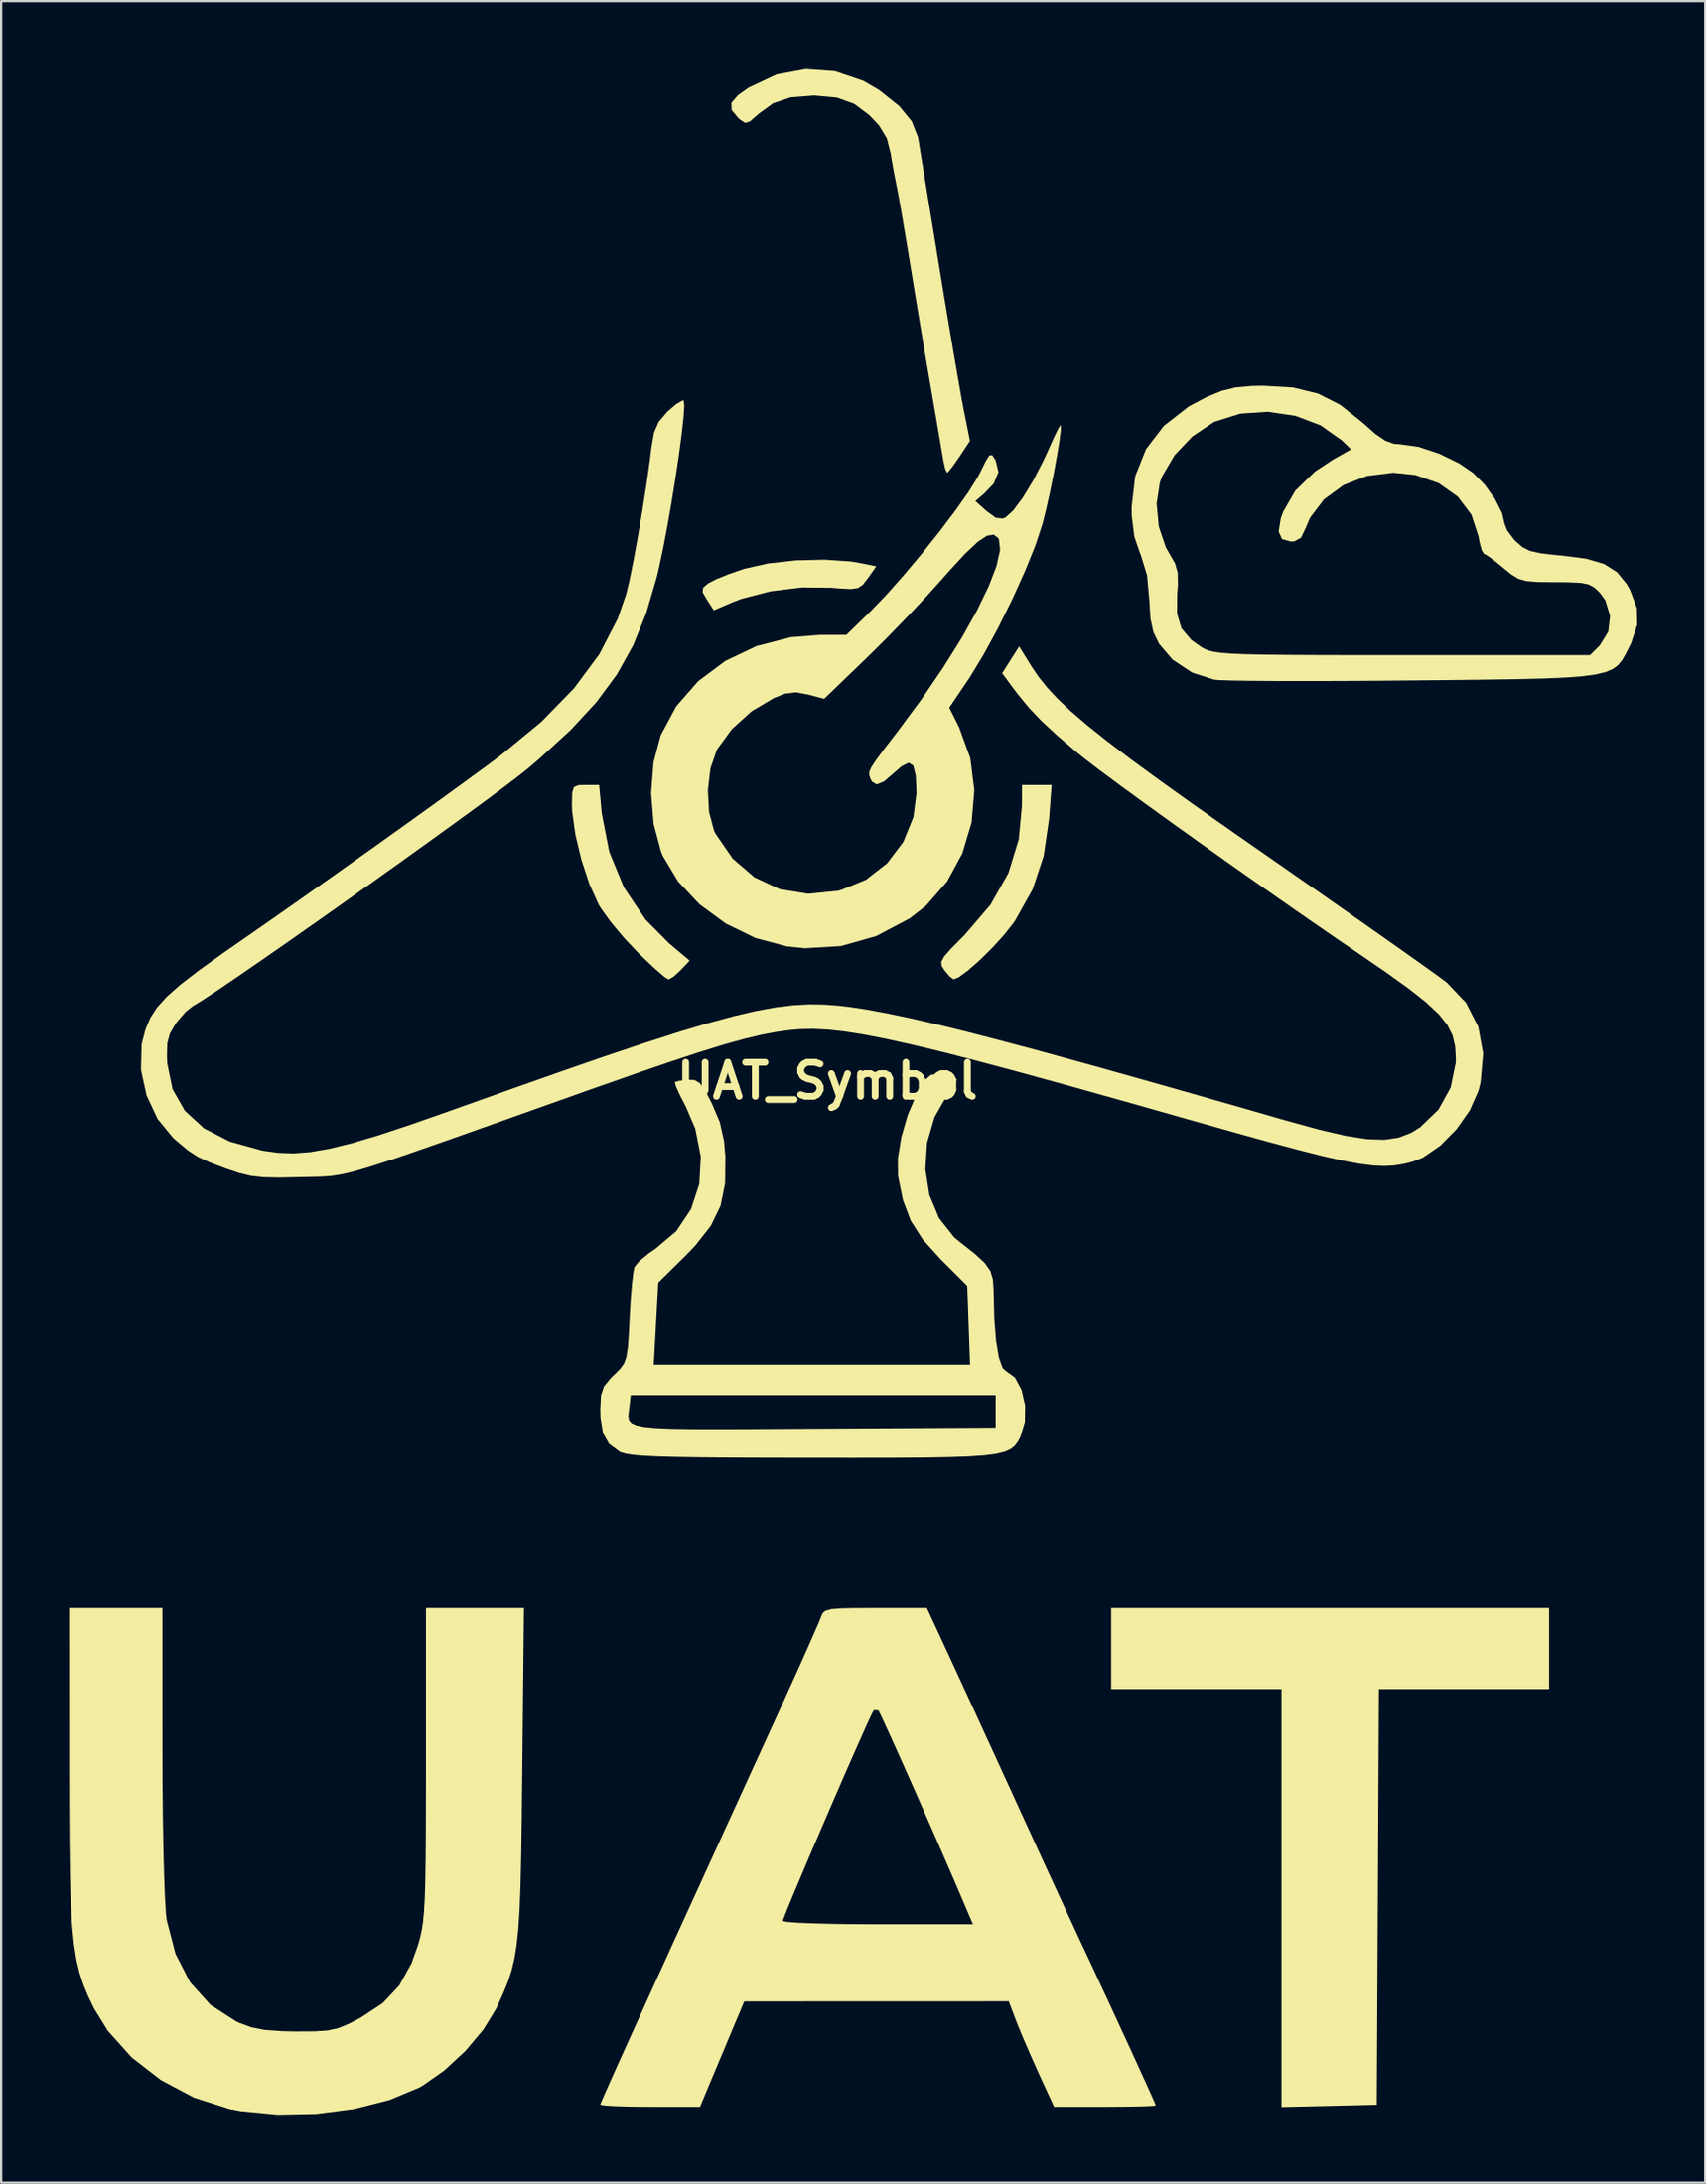
<source format=kicad_pcb>
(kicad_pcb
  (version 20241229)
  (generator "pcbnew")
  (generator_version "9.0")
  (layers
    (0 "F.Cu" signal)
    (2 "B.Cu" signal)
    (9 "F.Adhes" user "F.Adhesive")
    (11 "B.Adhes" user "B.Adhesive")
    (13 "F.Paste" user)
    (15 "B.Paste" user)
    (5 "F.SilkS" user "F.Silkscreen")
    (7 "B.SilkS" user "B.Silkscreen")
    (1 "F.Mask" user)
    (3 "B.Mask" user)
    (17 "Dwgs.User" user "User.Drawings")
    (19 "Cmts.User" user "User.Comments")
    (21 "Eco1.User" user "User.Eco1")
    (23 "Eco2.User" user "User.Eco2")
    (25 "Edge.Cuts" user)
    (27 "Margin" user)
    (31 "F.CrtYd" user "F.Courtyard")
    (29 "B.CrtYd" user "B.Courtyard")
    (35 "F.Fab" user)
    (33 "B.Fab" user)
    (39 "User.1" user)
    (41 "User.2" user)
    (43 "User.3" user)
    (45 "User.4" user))
  (footprint "UAT_Symbol"
    (layer "F.Cu")
    (at 33.449 44.634)
    (property "Reference" "UAT_Symbol" (at 0 0 0) (layer "F.SilkS") (effects (font (size 1.5 1.5) (thickness 0.3))))
    (attr board_only exclude_from_pos_files exclude_from_bom)
    (fp_poly (pts (xy 31.839 25.042) (xy 31.839 26.831) (xy 28.085 26.831) (xy 24.33 26.831) (xy 24.284 35.998) (xy 24.237 45.165) (xy 22.136 45.216) (xy 20.034 45.266) (xy 20.034 36.049) (xy 20.034 26.831) (xy 16.277 26.831) (xy 12.521 26.831) (xy 12.521 25.042) (xy 12.521 23.254) (xy 22.18 23.254) (xy 31.839 23.254)) (stroke (width 0) (type solid)) (fill yes) (layer "F.SilkS"))
    (fp_poly (pts (xy 1.035 -22.914) (xy 1.481 -22.84) (xy 2.158 -22.699) (xy 1.782 -22.171) (xy 1.567 -21.894) (xy 1.353 -21.745) (xy 1.035 -21.699) (xy 0.511 -21.727) (xy 0.194 -21.756) (xy -1.127 -21.77) (xy -2.509 -21.599) (xy -3.785 -21.268) (xy -4.199 -21.109) (xy -5.009 -20.762) (xy -5.312 -21.225) (xy -5.505 -21.561) (xy -5.48 -21.759) (xy -5.267 -21.942) (xy -4.926 -22.121) (xy -4.361 -22.351) (xy -3.692 -22.583) (xy -3.667 -22.591) (xy -2.629 -22.825) (xy -1.398 -22.962) (xy -0.126 -22.994)) (stroke (width 0) (type solid)) (fill yes) (layer "F.SilkS"))
    (fp_poly (pts (xy 9.784 -11.582) (xy 9.542 -9.92) (xy 9.055 -8.453) (xy 8.291 -7.088) (xy 8.202 -6.959) (xy 7.79 -6.436) (xy 7.276 -5.872) (xy 6.726 -5.33) (xy 6.209 -4.874) (xy 5.794 -4.57) (xy 5.566 -4.479) (xy 5.39 -4.612) (xy 5.166 -4.878) (xy 5.043 -5.073) (xy 5.026 -5.256) (xy 5.154 -5.491) (xy 5.46 -5.84) (xy 5.983 -6.368) (xy 6.06 -6.444) (xy 7.195 -7.771) (xy 7.987 -9.17) (xy 8.445 -10.663) (xy 8.582 -12.119) (xy 8.586 -13.058) (xy 9.239 -13.058) (xy 9.891 -13.058)) (stroke (width 0) (type solid)) (fill yes) (layer "F.SilkS"))
    (fp_poly (pts (xy -9.952 -11.804) (xy -9.621 -10.106) (xy -8.971 -8.529) (xy -8.024 -7.12) (xy -6.985 -6.072) (xy -6.076 -5.306) (xy -6.468 -4.889) (xy -6.783 -4.598) (xy -7.004 -4.472) (xy -7.008 -4.472) (xy -7.192 -4.59) (xy -7.563 -4.908) (xy -8.059 -5.371) (xy -8.375 -5.679) (xy -8.984 -6.327) (xy -9.552 -7.008) (xy -9.984 -7.607) (xy -10.089 -7.781) (xy -10.494 -8.674) (xy -10.85 -9.754) (xy -11.118 -10.873) (xy -11.258 -11.883) (xy -11.269 -12.192) (xy -11.258 -12.71) (xy -11.181 -12.965) (xy -10.973 -13.049) (xy -10.669 -13.058) (xy -10.068 -13.058)) (stroke (width 0) (type solid)) (fill yes) (layer "F.SilkS"))
    (fp_poly (pts (xy 0.344 -44.538) (xy 1.599 -44.11) (xy 2.287 -43.706) (xy 3.165 -43.009) (xy 3.724 -42.33) (xy 3.998 -41.627) (xy 4.008 -41.571) (xy 4.059 -41.263) (xy 4.159 -40.652) (xy 4.3 -39.79) (xy 4.474 -38.727) (xy 4.673 -37.513) (xy 4.887 -36.201) (xy 4.913 -36.043) (xy 5.14 -34.663) (xy 5.363 -33.325) (xy 5.573 -32.09) (xy 5.758 -31.021) (xy 5.907 -30.181) (xy 6.01 -29.634) (xy 6.29 -28.234) (xy 5.825 -27.533) (xy 5.537 -27.12) (xy 5.332 -26.868) (xy 5.282 -26.831) (xy 5.203 -26.986) (xy 5.116 -27.365) (xy 5.108 -27.412) (xy 5.044 -27.792) (xy 4.933 -28.445) (xy 4.787 -29.293) (xy 4.621 -30.255) (xy 4.548 -30.677) (xy 4.334 -31.931) (xy 4.093 -33.361) (xy 3.856 -34.79) (xy 3.651 -36.043) (xy 3.485 -37.055) (xy 3.323 -38.009) (xy 3.181 -38.818) (xy 3.074 -39.393) (xy 3.045 -39.531) (xy 2.919 -40.167) (xy 2.817 -40.76) (xy 2.798 -40.893) (xy 2.628 -41.573) (xy 2.277 -42.152) (xy 1.849 -42.605) (xy 1.183 -43.102) (xy 0.425 -43.376) (xy -0.54 -43.466) (xy -0.626 -43.466) (xy -1.618 -43.388) (xy -2.391 -43.127) (xy -3.054 -42.646) (xy -3.082 -42.619) (xy -3.414 -42.326) (xy -3.625 -42.262) (xy -3.851 -42.407) (xy -3.932 -42.48) (xy -4.222 -42.828) (xy -4.233 -43.144) (xy -3.943 -43.483) (xy -3.466 -43.82) (xy -2.243 -44.394) (xy -0.955 -44.634)) (stroke (width 0) (type solid)) (fill yes) (layer "F.SilkS"))
    (fp_poly (pts (xy -29.334 29.559) (xy -29.328 31.107) (xy -29.313 32.581) (xy -29.289 33.929) (xy -29.257 35.103) (xy -29.22 36.052) (xy -29.178 36.728) (xy -29.146 37.011) (xy -28.756 38.511) (xy -28.114 39.759) (xy -27.221 40.753) (xy -26.078 41.492) (xy -25.955 41.549) (xy -25.422 41.747) (xy -24.819 41.866) (xy -24.036 41.922) (xy -23.432 41.933) (xy -22.615 41.929) (xy -22.037 41.89) (xy -21.579 41.789) (xy -21.123 41.602) (xy -20.588 41.324) (xy -19.611 40.679) (xy -18.886 39.906) (xy -18.344 38.921) (xy -18.064 38.141) (xy -17.973 37.823) (xy -17.898 37.495) (xy -17.839 37.116) (xy -17.794 36.649) (xy -17.76 36.052) (xy -17.737 35.287) (xy -17.722 34.315) (xy -17.713 33.096) (xy -17.709 31.59) (xy -17.708 30.121) (xy -17.708 23.254) (xy -15.547 23.254) (xy -13.385 23.254) (xy -13.46 30.543) (xy -13.481 32.468) (xy -13.504 34.075) (xy -13.534 35.403) (xy -13.575 36.493) (xy -13.631 37.384) (xy -13.707 38.115) (xy -13.806 38.726) (xy -13.934 39.257) (xy -14.095 39.747) (xy -14.294 40.236) (xy -14.534 40.764) (xy -14.612 40.931) (xy -15.178 41.855) (xy -15.976 42.8) (xy -16.906 43.66) (xy -17.866 44.331) (xy -18.008 44.41) (xy -19.327 44.96) (xy -20.871 45.351) (xy -22.543 45.569) (xy -24.243 45.605) (xy -25.872 45.448) (xy -26.384 45.35) (xy -27.946 44.85) (xy -29.402 44.077) (xy -30.69 43.079) (xy -31.744 41.902) (xy -32.347 40.926) (xy -32.604 40.394) (xy -32.818 39.882) (xy -32.992 39.351) (xy -33.131 38.762) (xy -33.238 38.076) (xy -33.318 37.256) (xy -33.375 36.262) (xy -33.412 35.057) (xy -33.434 33.6) (xy -33.444 31.855) (xy -33.446 30.274) (xy -33.449 23.254) (xy -31.392 23.254) (xy -29.335 23.254)) (stroke (width 0) (type solid)) (fill yes) (layer "F.SilkS"))
    (fp_poly (pts (xy 5.446 25.534) (xy 5.821 26.348) (xy 6.311 27.41) (xy 6.878 28.644) (xy 7.488 29.973) (xy 8.106 31.321) (xy 8.507 32.197) (xy 9.087 33.463) (xy 9.662 34.716) (xy 10.203 35.889) (xy 10.678 36.918) (xy 11.058 37.738) (xy 11.269 38.189) (xy 11.728 39.17) (xy 12.216 40.218) (xy 12.709 41.281) (xy 13.184 42.311) (xy 13.619 43.257) (xy 13.989 44.068) (xy 14.272 44.695) (xy 14.445 45.086) (xy 14.489 45.196) (xy 14.321 45.218) (xy 13.863 45.237) (xy 13.183 45.249) (xy 12.348 45.255) (xy 12.245 45.255) (xy 10.001 45.255) (xy 9.324 43.779) (xy 8.971 42.994) (xy 8.635 42.215) (xy 8.374 41.584) (xy 8.324 41.454) (xy 8.001 40.604) (xy 2.167 40.606) (xy -3.667 40.608) (xy -4.643 42.931) (xy -5.618 45.255) (xy -7.818 45.255) (xy -8.657 45.248) (xy -9.349 45.228) (xy -9.825 45.198) (xy -10.016 45.162) (xy -10.017 45.159) (xy -9.97 45.034) (xy -9.825 44.699) (xy -9.578 44.143) (xy -9.224 43.354) (xy -8.758 42.323) (xy -8.174 41.037) (xy -7.469 39.488) (xy -6.637 37.663) (xy -6.361 37.058) (xy -1.968 37.058) (xy -1.797 37.1) (xy -1.318 37.137) (xy -0.58 37.167) (xy 0.367 37.19) (xy 1.474 37.203) (xy 2.228 37.206) (xy 6.423 37.206) (xy 5.907 35.998) (xy 5.486 35.019) (xy 5.019 33.945) (xy 4.528 32.823) (xy 4.034 31.704) (xy 3.561 30.636) (xy 3.128 29.668) (xy 2.758 28.849) (xy 2.474 28.228) (xy 2.295 27.854) (xy 2.246 27.766) (xy 2.053 27.76) (xy 2.044 27.769) (xy 1.944 27.958) (xy 1.729 28.424) (xy 1.419 29.116) (xy 1.036 29.982) (xy 0.604 30.969) (xy 0.145 32.027) (xy -0.319 33.104) (xy -0.767 34.147) (xy -1.174 35.106) (xy -1.519 35.927) (xy -1.78 36.561) (xy -1.935 36.954) (xy -1.968 37.058) (xy -6.361 37.058) (xy -5.673 35.553) (xy -4.573 33.146) (xy -3.331 30.431) (xy -2.454 28.515) (xy -1.91 27.321) (xy -1.41 26.218) (xy -0.977 25.253) (xy -0.63 24.471) (xy -0.391 23.92) (xy -0.279 23.646) (xy -0.278 23.64) (xy -0.209 23.481) (xy -0.081 23.372) (xy 0.168 23.305) (xy 0.597 23.27) (xy 1.269 23.256) (xy 2.117 23.254) (xy 4.389 23.254)) (stroke (width 0) (type solid)) (fill yes) (layer "F.SilkS"))
    (fp_poly (pts (xy 10.294 -28.937) (xy 10.3 -28.731) (xy 10.241 -28.255) (xy 10.132 -27.585) (xy 9.988 -26.801) (xy 9.822 -25.98) (xy 9.648 -25.2) (xy 9.494 -24.581) (xy 9.185 -23.642) (xy 8.725 -22.5) (xy 8.159 -21.249) (xy 7.532 -19.985) (xy 6.889 -18.802) (xy 6.277 -17.797) (xy 6.191 -17.668) (xy 5.377 -16.464) (xy 5.811 -15.6) (xy 6.305 -14.243) (xy 6.483 -12.824) (xy 6.363 -11.404) (xy 5.957 -10.043) (xy 5.283 -8.799) (xy 4.355 -7.733) (xy 3.637 -7.173) (xy 2.158 -6.392) (xy 0.601 -5.95) (xy -0.998 -5.853) (xy -1.789 -5.935) (xy -3.171 -6.305) (xy -4.475 -6.939) (xy -5.636 -7.788) (xy -6.587 -8.801) (xy -7.262 -9.928) (xy -7.338 -10.112) (xy -7.664 -11.338) (xy -7.775 -12.699) (xy -7.765 -12.828) (xy -5.271 -12.828) (xy -5.22 -11.865) (xy -5 -11.042) (xy -4.938 -10.911) (xy -4.176 -9.805) (xy -3.217 -8.981) (xy -2.098 -8.458) (xy -0.859 -8.254) (xy 0.46 -8.386) (xy 0.592 -8.418) (xy 1.703 -8.873) (xy 2.638 -9.601) (xy 3.352 -10.544) (xy 3.797 -11.642) (xy 3.931 -12.7) (xy 3.899 -13.471) (xy 3.79 -13.91) (xy 3.585 -14.037) (xy 3.262 -13.873) (xy 2.995 -13.637) (xy 2.505 -13.216) (xy 2.174 -13.078) (xy 1.961 -13.211) (xy 1.897 -13.342) (xy 1.848 -13.49) (xy 1.852 -13.637) (xy 1.939 -13.838) (xy 2.142 -14.149) (xy 2.493 -14.623) (xy 3.024 -15.316) (xy 3.144 -15.473) (xy 4.179 -16.871) (xy 5.111 -18.239) (xy 5.924 -19.542) (xy 6.599 -20.747) (xy 7.118 -21.819) (xy 7.465 -22.724) (xy 7.62 -23.427) (xy 7.567 -23.895) (xy 7.54 -23.943) (xy 7.335 -24.102) (xy 7.042 -24.053) (xy 6.632 -23.779) (xy 6.078 -23.258) (xy 5.352 -22.47) (xy 5.116 -22.201) (xy 4.368 -21.37) (xy 3.472 -20.416) (xy 2.542 -19.46) (xy 1.724 -18.652) (xy -0.142 -16.854) (xy -0.862 -17.046) (xy -1.395 -17.144) (xy -1.859 -17.085) (xy -2.356 -16.892) (xy -3.338 -16.308) (xy -4.21 -15.522) (xy -4.853 -14.642) (xy -4.881 -14.59) (xy -5.158 -13.785) (xy -5.271 -12.828) (xy -7.765 -12.828) (xy -7.669 -14.054) (xy -7.353 -15.248) (xy -6.666 -16.528) (xy -5.701 -17.631) (xy -4.505 -18.526) (xy -3.125 -19.183) (xy -1.607 -19.574) (xy -0.341 -19.674) (xy 0.838 -19.676) (xy 1.895 -20.707) (xy 2.579 -21.416) (xy 3.346 -22.279) (xy 4.146 -23.232) (xy 4.926 -24.209) (xy 5.635 -25.145) (xy 6.221 -25.975) (xy 6.632 -26.633) (xy 6.73 -26.819) (xy 6.991 -27.349) (xy 7.153 -27.598) (xy 7.27 -27.607) (xy 7.396 -27.418) (xy 7.428 -27.359) (xy 7.547 -26.857) (xy 7.342 -26.354) (xy 6.905 -25.9) (xy 6.529 -25.58) (xy 7.031 -25.132) (xy 7.431 -24.841) (xy 7.738 -24.807) (xy 7.859 -24.857) (xy 8.197 -25.163) (xy 8.62 -25.73) (xy 9.081 -26.488) (xy 9.534 -27.365) (xy 9.762 -27.864) (xy 10.009 -28.415) (xy 10.199 -28.8) (xy 10.293 -28.938)) (stroke (width 0) (type solid)) (fill yes) (layer "F.SilkS"))
    (fp_poly (pts (xy 5.067 -0.259) (xy 5.476 -0.159) (xy 5.693 -0.083) (xy 5.697 -0.08) (xy 5.64 0.082) (xy 5.421 0.422) (xy 5.313 0.57) (xy 4.724 1.602) (xy 4.396 2.738) (xy 4.324 3.905) (xy 4.502 5.033) (xy 4.925 6.05) (xy 5.587 6.887) (xy 5.824 7.088) (xy 6.503 7.621) (xy 6.942 8.026) (xy 7.192 8.382) (xy 7.305 8.765) (xy 7.335 9.254) (xy 7.335 9.338) (xy 7.364 10.513) (xy 7.445 11.489) (xy 7.569 12.221) (xy 7.732 12.668) (xy 7.857 12.785) (xy 8.273 13.089) (xy 8.569 13.635) (xy 8.724 14.32) (xy 8.714 15.043) (xy 8.517 15.701) (xy 8.51 15.715) (xy 8.394 15.925) (xy 8.261 16.101) (xy 8.08 16.245) (xy 7.819 16.36) (xy 7.449 16.45) (xy 6.936 16.517) (xy 6.251 16.566) (xy 5.361 16.598) (xy 4.236 16.617) (xy 2.845 16.627) (xy 1.155 16.629) (xy -0.679 16.628) (xy -2.632 16.625) (xy -4.257 16.618) (xy -5.587 16.606) (xy -6.653 16.59) (xy -7.485 16.566) (xy -8.114 16.535) (xy -8.571 16.496) (xy -8.888 16.447) (xy -9.095 16.388) (xy -9.163 16.356) (xy -9.629 16.011) (xy -9.897 15.541) (xy -10.007 14.857) (xy -10.009 14.806) (xy -8.78 14.806) (xy -8.748 14.968) (xy -8.64 15.096) (xy -8.426 15.194) (xy -8.075 15.266) (xy -7.559 15.315) (xy -6.847 15.345) (xy -5.909 15.359) (xy -4.715 15.362) (xy -3.236 15.356) (xy -1.442 15.345) (xy -0.586 15.34) (xy 7.423 15.294) (xy 7.423 14.578) (xy 7.423 13.863) (xy -0.626 13.863) (xy -8.675 13.863) (xy -8.733 14.37) (xy -8.765 14.608) (xy -8.78 14.806) (xy -10.009 14.806) (xy -10.017 14.477) (xy -9.987 13.883) (xy -9.855 13.483) (xy -9.556 13.116) (xy -9.415 12.98) (xy -9.151 12.72) (xy -8.975 12.48) (xy -8.865 12.18) (xy -8.798 11.74) (xy -8.753 11.078) (xy -8.723 10.454) (xy -8.675 9.628) (xy -8.615 8.915) (xy -8.553 8.404) (xy -8.507 8.202) (xy -8.291 7.941) (xy -7.876 7.6) (xy -7.59 7.406) (xy -6.664 6.624) (xy -6.014 5.652) (xy -5.65 4.542) (xy -5.584 3.343) (xy -5.826 2.108) (xy -6.242 1.14) (xy -6.515 0.609) (xy -6.69 0.216) (xy -6.729 0.051) (xy -6.521 -0.009) (xy -6.148 -0.053) (xy -5.855 -0.04) (xy -5.626 0.096) (xy -5.393 0.425) (xy -5.099 0.983) (xy -4.745 1.822) (xy -4.558 2.657) (xy -4.499 3.339) (xy -4.513 4.521) (xy -4.713 5.504) (xy -5.14 6.387) (xy -5.835 7.272) (xy -6.26 7.71) (xy -7.458 8.892) (xy -7.558 10.707) (xy -7.658 12.521) (xy -0.682 12.521) (xy 6.294 12.521) (xy 6.233 10.777) (xy 6.171 9.033) (xy 4.987 7.852) (xy 4.209 6.992) (xy 3.681 6.17) (xy 3.335 5.255) (xy 3.117 4.189) (xy 3.11 3.42) (xy 3.264 2.48) (xy 3.549 1.498) (xy 3.932 0.602) (xy 4.045 0.396) (xy 4.335 -0.063) (xy 4.567 -0.271) (xy 4.845 -0.298)) (stroke (width 0) (type solid)) (fill yes) (layer "F.SilkS"))
    (fp_poly (pts (xy 20.548 -30.591) (xy 21.646 -30.323) (xy 22.624 -29.826) (xy 23.584 -29.063) (xy 23.599 -29.05) (xy 24.181 -28.538) (xy 24.615 -28.241) (xy 24.989 -28.107) (xy 25.283 -28.083) (xy 26.083 -27.97) (xy 26.999 -27.667) (xy 27.886 -27.232) (xy 28.491 -26.817) (xy 29.003 -26.297) (xy 29.451 -25.67) (xy 29.764 -25.052) (xy 29.872 -24.588) (xy 29.991 -24.282) (xy 30.286 -23.889) (xy 30.37 -23.801) (xy 30.66 -23.549) (xy 30.984 -23.385) (xy 31.439 -23.278) (xy 32.123 -23.199) (xy 32.403 -23.174) (xy 33.473 -23.036) (xy 34.26 -22.805) (xy 34.833 -22.445) (xy 35.263 -21.921) (xy 35.41 -21.658) (xy 35.71 -20.863) (xy 35.727 -20.124) (xy 35.46 -19.318) (xy 35.372 -19.137) (xy 35.214 -18.824) (xy 35.062 -18.563) (xy 34.885 -18.347) (xy 34.651 -18.173) (xy 34.329 -18.035) (xy 33.887 -17.929) (xy 33.294 -17.849) (xy 32.518 -17.791) (xy 31.527 -17.75) (xy 30.29 -17.72) (xy 28.775 -17.698) (xy 26.95 -17.678) (xy 25.847 -17.667) (xy 24.157 -17.652) (xy 22.555 -17.643) (xy 21.082 -17.64) (xy 19.777 -17.642) (xy 18.681 -17.65) (xy 17.833 -17.663) (xy 17.275 -17.682) (xy 17.075 -17.698) (xy 16.091 -18.013) (xy 15.224 -18.59) (xy 14.635 -19.281) (xy 14.387 -19.791) (xy 14.253 -20.389) (xy 14.204 -21.195) (xy 14.102 -22.308) (xy 13.827 -23.201) (xy 13.802 -23.254) (xy 13.542 -24.007) (xy 13.43 -24.904) (xy 13.421 -25.311) (xy 13.44 -25.471) (xy 14.525 -25.471) (xy 14.62 -24.461) (xy 14.932 -23.535) (xy 15.095 -23.251) (xy 15.343 -22.822) (xy 15.456 -22.417) (xy 15.464 -21.887) (xy 15.434 -21.496) (xy 15.427 -20.617) (xy 15.621 -19.966) (xy 16.059 -19.449) (xy 16.511 -19.132) (xy 16.659 -19.05) (xy 16.834 -18.982) (xy 17.067 -18.927) (xy 17.392 -18.883) (xy 17.84 -18.849) (xy 18.445 -18.823) (xy 19.238 -18.806) (xy 20.253 -18.794) (xy 21.522 -18.787) (xy 23.077 -18.783) (xy 24.95 -18.782) (xy 25.363 -18.782) (xy 33.644 -18.782) (xy 34.083 -19.221) (xy 34.449 -19.818) (xy 34.529 -20.515) (xy 34.322 -21.198) (xy 34.084 -21.528) (xy 33.844 -21.759) (xy 33.587 -21.899) (xy 33.221 -21.972) (xy 32.653 -21.998) (xy 32.1 -22.001) (xy 31.345 -22.008) (xy 30.842 -22.048) (xy 30.486 -22.149) (xy 30.172 -22.341) (xy 29.823 -22.627) (xy 29.393 -22.977) (xy 29.072 -23.204) (xy 28.966 -23.254) (xy 28.865 -23.412) (xy 28.76 -23.812) (xy 28.724 -24.025) (xy 28.41 -24.981) (xy 27.81 -25.774) (xy 26.969 -26.369) (xy 25.933 -26.731) (xy 24.953 -26.831) (xy 23.799 -26.687) (xy 22.762 -26.28) (xy 21.905 -25.651) (xy 21.291 -24.839) (xy 21.097 -24.386) (xy 20.89 -23.958) (xy 20.595 -23.799) (xy 20.461 -23.79) (xy 20.06 -23.898) (xy 19.908 -24.233) (xy 20.002 -24.812) (xy 20.104 -25.105) (xy 20.643 -26.036) (xy 21.505 -26.878) (xy 22.33 -27.423) (xy 23.106 -27.861) (xy 22.688 -28.262) (xy 21.761 -28.918) (xy 20.646 -29.341) (xy 19.435 -29.519) (xy 18.223 -29.439) (xy 17.103 -29.087) (xy 17.026 -29.05) (xy 16.102 -28.43) (xy 15.318 -27.602) (xy 14.769 -26.671) (xy 14.669 -26.404) (xy 14.525 -25.471) (xy 13.44 -25.471) (xy 13.579 -26.67) (xy 14.055 -27.868) (xy 14.845 -28.898) (xy 15.943 -29.754) (xy 16.725 -30.169) (xy 17.396 -30.444) (xy 18.016 -30.597) (xy 18.744 -30.661) (xy 19.229 -30.669)) (stroke (width 0) (type solid)) (fill yes) (layer "F.SilkS"))
    (fp_poly (pts (xy -6.338 -30.009) (xy -6.312 -29.786) (xy -6.346 -29.271) (xy -6.428 -28.527) (xy -6.55 -27.612) (xy -6.703 -26.587) (xy -6.877 -25.512) (xy -7.064 -24.448) (xy -7.254 -23.455) (xy -7.438 -22.594) (xy -7.526 -22.224) (xy -7.994 -20.628) (xy -8.566 -19.218) (xy -9.283 -17.932) (xy -10.189 -16.707) (xy -11.324 -15.481) (xy -12.731 -14.192) (xy -13.24 -13.76) (xy -13.695 -13.399) (xy -14.386 -12.877) (xy -15.276 -12.218) (xy -16.328 -11.451) (xy -17.504 -10.6) (xy -18.768 -9.693) (xy -20.082 -8.755) (xy -21.409 -7.814) (xy -22.712 -6.895) (xy -23.955 -6.024) (xy -25.099 -5.229) (xy -26.108 -4.535) (xy -26.944 -3.968) (xy -27.571 -3.556) (xy -27.951 -3.324) (xy -27.983 -3.307) (xy -28.311 -3.044) (xy -28.679 -2.621) (xy -28.764 -2.502) (xy -29.007 -2.08) (xy -29.12 -1.652) (xy -29.135 -1.074) (xy -29.119 -0.764) (xy -28.887 0.362) (xy -28.346 1.315) (xy -27.503 2.088) (xy -26.364 2.676) (xy -24.936 3.071) (xy -24.893 3.079) (xy -24.228 3.172) (xy -23.549 3.195) (xy -22.813 3.14) (xy -21.974 2.995) (xy -20.987 2.753) (xy -19.808 2.402) (xy -18.392 1.933) (xy -16.694 1.337) (xy -16.546 1.284) (xy -13.983 0.37) (xy -11.728 -0.426) (xy -9.754 -1.109) (xy -8.033 -1.686) (xy -6.538 -2.166) (xy -5.242 -2.554) (xy -4.118 -2.859) (xy -3.139 -3.086) (xy -2.277 -3.244) (xy -1.506 -3.338) (xy -0.799 -3.377) (xy -0.128 -3.367) (xy 0.534 -3.315) (xy 0.967 -3.263) (xy 1.728 -3.147) (xy 2.595 -2.988) (xy 3.59 -2.78) (xy 4.737 -2.517) (xy 6.057 -2.193) (xy 7.573 -1.802) (xy 9.309 -1.339) (xy 11.287 -0.796) (xy 13.528 -0.169) (xy 16.057 0.548) (xy 18.896 1.362) (xy 20.213 1.742) (xy 21.679 2.145) (xy 22.861 2.421) (xy 23.811 2.57) (xy 24.576 2.596) (xy 25.207 2.501) (xy 25.754 2.288) (xy 26.143 2.049) (xy 26.958 1.266) (xy 27.496 0.292) (xy 27.721 -0.805) (xy 27.725 -0.985) (xy 27.694 -1.526) (xy 27.58 -2.009) (xy 27.348 -2.471) (xy 26.968 -2.946) (xy 26.405 -3.472) (xy 25.628 -4.084) (xy 24.604 -4.818) (xy 23.612 -5.498) (xy 22.306 -6.39) (xy 20.911 -7.353) (xy 19.469 -8.359) (xy 18.017 -9.379) (xy 16.596 -10.386) (xy 15.244 -11.352) (xy 14.002 -12.248) (xy 12.908 -13.046) (xy 12.003 -13.718) (xy 11.324 -14.236) (xy 11.001 -14.497) (xy 10.116 -15.256) (xy 9.441 -15.882) (xy 8.898 -16.453) (xy 8.407 -17.049) (xy 8.176 -17.355) (xy 7.711 -17.985) (xy 8.086 -18.577) (xy 8.461 -19.169) (xy 8.995 -18.304) (xy 9.31 -17.837) (xy 9.689 -17.362) (xy 10.156 -16.86) (xy 10.736 -16.311) (xy 11.453 -15.696) (xy 12.331 -14.995) (xy 13.395 -14.188) (xy 14.669 -13.256) (xy 16.176 -12.179) (xy 17.943 -10.938) (xy 19.245 -10.031) (xy 20.712 -9.01) (xy 22.113 -8.033) (xy 23.413 -7.122) (xy 24.583 -6.3) (xy 25.589 -5.589) (xy 26.401 -5.012) (xy 26.985 -4.592) (xy 27.31 -4.35) (xy 27.327 -4.337) (xy 28.174 -3.446) (xy 28.711 -2.395) (xy 28.929 -1.218) (xy 28.818 0.049) (xy 28.719 0.441) (xy 28.342 1.297) (xy 27.754 2.133) (xy 27.038 2.857) (xy 26.277 3.38) (xy 25.83 3.56) (xy 25.419 3.663) (xy 25.01 3.729) (xy 24.569 3.754) (xy 24.061 3.731) (xy 23.454 3.652) (xy 22.712 3.512) (xy 21.801 3.304) (xy 20.687 3.021) (xy 19.337 2.658) (xy 17.716 2.206) (xy 15.789 1.661) (xy 15.555 1.594) (xy 12.873 0.834) (xy 10.509 0.172) (xy 8.438 -0.397) (xy 6.633 -0.88) (xy 5.071 -1.281) (xy 3.725 -1.606) (xy 2.572 -1.862) (xy 1.586 -2.053) (xy 0.741 -2.185) (xy 0.013 -2.264) (xy -0.622 -2.295) (xy -1.192 -2.285) (xy -1.636 -2.247) (xy -2.258 -2.161) (xy -2.926 -2.034) (xy -3.681 -1.853) (xy -4.561 -1.608) (xy -5.605 -1.285) (xy -6.854 -0.875) (xy -8.346 -0.363) (xy -10.121 0.26) (xy -10.714 0.47) (xy -12.839 1.226) (xy -14.654 1.873) (xy -16.19 2.418) (xy -17.475 2.871) (xy -18.538 3.24) (xy -19.407 3.535) (xy -20.112 3.763) (xy -20.681 3.934) (xy -21.143 4.056) (xy -21.526 4.137) (xy -21.861 4.187) (xy -22.175 4.214) (xy -22.498 4.227) (xy -22.858 4.234) (xy -23.254 4.244) (xy -24.197 4.264) (xy -24.891 4.248) (xy -25.442 4.184) (xy -25.958 4.059) (xy -26.528 3.867) (xy -27.258 3.59) (xy -27.776 3.347) (xy -28.213 3.061) (xy -28.697 2.658) (xy -28.86 2.513) (xy -29.547 1.678) (xy -30.033 0.64) (xy -30.28 -0.485) (xy -30.253 -1.582) (xy -30.222 -1.744) (xy -30.075 -2.29) (xy -29.873 -2.774) (xy -29.576 -3.233) (xy -29.149 -3.708) (xy -28.553 -4.235) (xy -27.751 -4.855) (xy -26.705 -5.605) (xy -25.99 -6.103) (xy -24.66 -7.027) (xy -23.211 -8.043) (xy -21.696 -9.112) (xy -20.168 -10.197) (xy -18.681 -11.259) (xy -17.289 -12.259) (xy -16.045 -13.161) (xy -15.002 -13.924) (xy -14.399 -14.373) (xy -12.616 -15.842) (xy -11.175 -17.32) (xy -10.059 -18.826) (xy -9.253 -20.381) (xy -8.877 -21.465) (xy -8.73 -22.074) (xy -8.552 -22.95) (xy -8.359 -24.004) (xy -8.165 -25.149) (xy -7.985 -26.296) (xy -7.834 -27.357) (xy -7.762 -27.936) (xy -7.646 -28.606) (xy -7.439 -29.078) (xy -7.071 -29.509) (xy -7.045 -29.534) (xy -6.672 -29.855) (xy -6.404 -30.012)) (stroke (width 0) (type solid)) (fill yes) (layer "F.SilkS")))
  (gr_rect
    (start -3 -3)
    (end 72.176 93.239)
    (stroke (width 0.1) (type default))
    (fill no)
    (layer "Edge.Cuts")))
</source>
